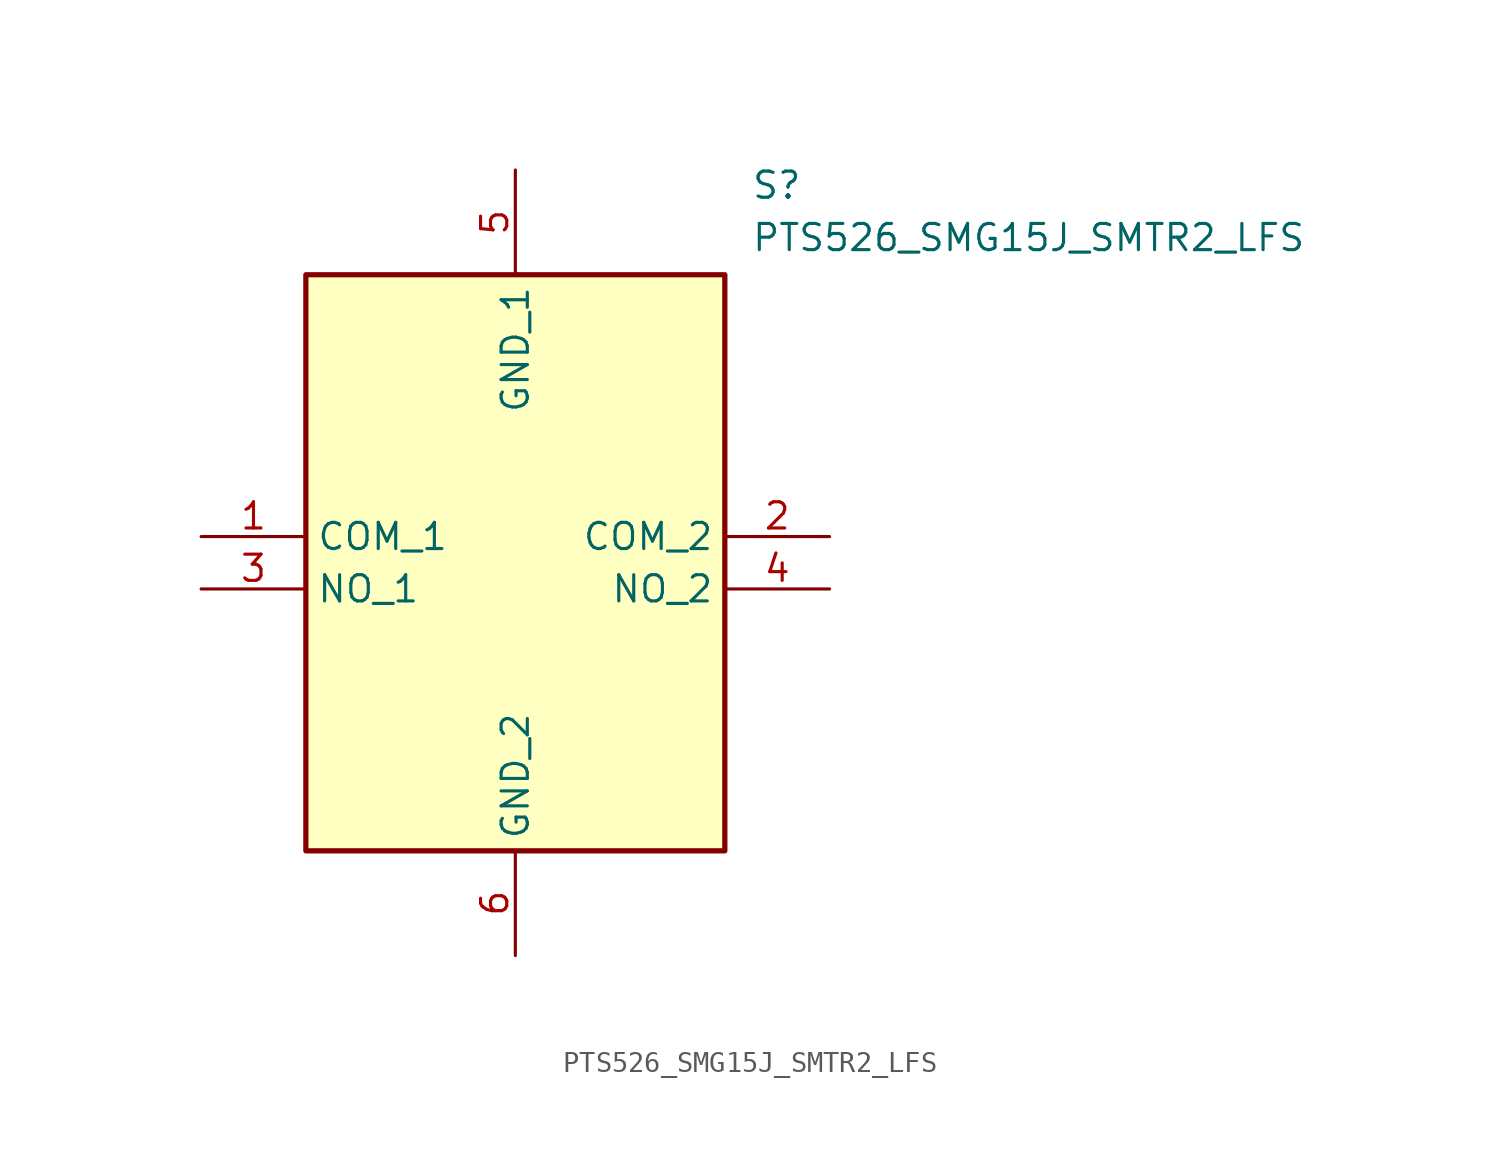
<source format=kicad_sym>
(kicad_symbol_lib
  (version 20211014)
  (generator SamacSys_ECAD_Model)
  (symbol "PTS526_SMG15J_SMTR2_LFS"
    (property "Reference" "S"
      (at 26.67 17.78 0)
      (effects (font (size 1.27 1.27)) (justify left top)))
    (property "Value" "PTS526_SMG15J_SMTR2_LFS"
      (at 26.67 15.24 0)
      (effects (font (size 1.27 1.27)) (justify left top)))
    (rectangle
      (start 5.08 12.7)
      (end 25.4 -15.24)
      (stroke (width 0.254) (type default))
      (fill (type background)))
    (pin passive line
      (at 0 0 0)
      (length 5.08)
      (name "COM_1" (effects (font (size 1.27 1.27))))
      (number "1" (effects (font (size 1.27 1.27)))))
    (pin passive line
      (at 30.48 0 180)
      (length 5.08)
      (name "COM_2" (effects (font (size 1.27 1.27))))
      (number "2" (effects (font (size 1.27 1.27)))))
    (pin passive line
      (at 0 -2.54 0)
      (length 5.08)
      (name "NO_1" (effects (font (size 1.27 1.27))))
      (number "3" (effects (font (size 1.27 1.27)))))
    (pin passive line
      (at 30.48 -2.54 180)
      (length 5.08)
      (name "NO_2" (effects (font (size 1.27 1.27))))
      (number "4" (effects (font (size 1.27 1.27)))))
    (pin passive line
      (at 15.24 17.78 270)
      (length 5.08)
      (name "GND_1" (effects (font (size 1.27 1.27))))
      (number "5" (effects (font (size 1.27 1.27)))))
    (pin passive line
      (at 15.24 -20.32 90)
      (length 5.08)
      (name "GND_2" (effects (font (size 1.27 1.27))))
      (number "6" (effects (font (size 1.27 1.27)))))))
</source>
